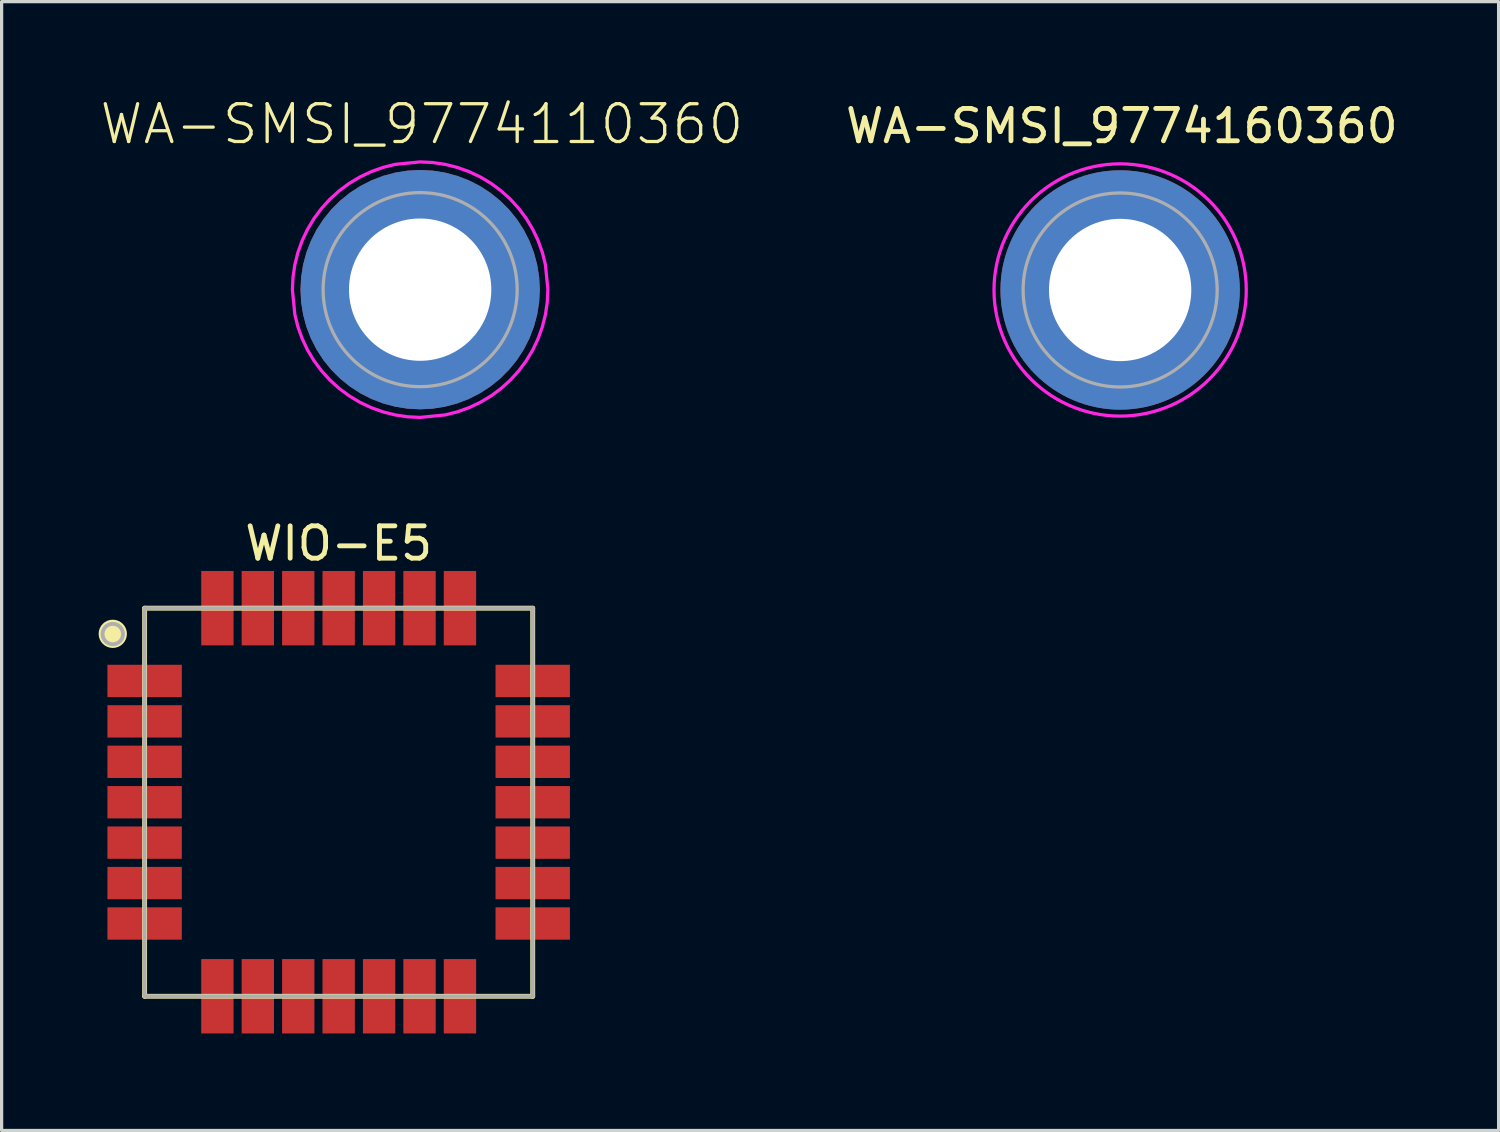
<source format=kicad_pcb>
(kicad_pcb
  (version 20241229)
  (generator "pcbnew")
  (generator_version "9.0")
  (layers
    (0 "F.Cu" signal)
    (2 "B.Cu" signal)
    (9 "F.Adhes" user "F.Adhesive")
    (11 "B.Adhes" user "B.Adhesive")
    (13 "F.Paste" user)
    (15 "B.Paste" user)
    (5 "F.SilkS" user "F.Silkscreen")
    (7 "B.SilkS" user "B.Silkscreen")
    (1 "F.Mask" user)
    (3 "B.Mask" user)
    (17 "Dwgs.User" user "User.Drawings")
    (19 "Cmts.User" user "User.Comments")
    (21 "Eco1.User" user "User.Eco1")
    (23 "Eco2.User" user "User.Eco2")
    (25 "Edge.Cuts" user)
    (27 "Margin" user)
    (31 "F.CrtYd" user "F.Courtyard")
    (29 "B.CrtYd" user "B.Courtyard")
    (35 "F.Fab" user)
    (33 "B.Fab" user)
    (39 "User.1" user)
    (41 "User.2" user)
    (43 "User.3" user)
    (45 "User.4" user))
  (footprint "WA-SMSI_9774110360"
    (layer "F.Cu")
    (at 9.941 5.906)
    (property "Reference" "WA-SMSI_9774110360" (at 0.053 -4.433 0) (layer "F.SilkS") (effects (font (size 1.168 1.168) (thickness 0.102)) (justify bottom)))
    (attr through_hole)
    (fp_poly (pts (xy -2.185 0.474) (xy -2.16 0.579) (xy -2.125 0.698) (xy -2.095 0.778) (xy -2.065 0.858) (xy -2.02 0.958) (xy -1.971 1.058) (xy -1.916 1.152) (xy -1.856 1.247) (xy -1.811 1.312) (xy -1.746 1.397) (xy -1.691 1.462) (xy -1.601 1.561) (xy -1.517 1.641) (xy -1.462 1.691) (xy -1.402 1.741) (xy -1.317 1.806) (xy -1.232 1.866) (xy -1.127 1.931) (xy -1.048 1.976) (xy -0.948 2.025) (xy -0.808 2.085) (xy -0.693 2.125) (xy -0.579 2.16) (xy -0.474 2.185) (xy -0.395 2.201) (xy -0.395 3.621) (xy -0.431 3.615) (xy -0.506 3.605) (xy -0.606 3.59) (xy -0.716 3.57) (xy -0.831 3.545) (xy -0.931 3.52) (xy -1.041 3.49) (xy -1.137 3.46) (xy -1.207 3.435) (xy -1.302 3.4) (xy -1.367 3.375) (xy -1.462 3.335) (xy -1.552 3.295) (xy -1.652 3.244) (xy -1.772 3.179) (xy -1.888 3.114) (xy -1.988 3.049) (xy -2.078 2.989) (xy -2.168 2.924) (xy -2.233 2.874) (xy -2.298 2.824) (xy -2.368 2.764) (xy -2.443 2.699) (xy -2.518 2.629) (xy -2.604 2.544) (xy -2.649 2.498) (xy -2.694 2.448) (xy -2.764 2.368) (xy -2.824 2.298) (xy -2.879 2.228) (xy -2.939 2.148) (xy -2.999 2.063) (xy -3.089 1.928) (xy -3.184 1.767) (xy -3.274 1.592) (xy -3.345 1.442) (xy -3.405 1.292) (xy -3.46 1.137) (xy -3.51 0.971) (xy -3.555 0.796) (xy -3.58 0.666) (xy -3.605 0.521) (xy -3.621 0.395) (xy -2.201 0.395)) (stroke (width 0) (type default)) (fill yes) (layer "F.Paste"))
    (fp_poly (pts (xy -0.395 -2.201) (xy -0.474 -2.185) (xy -0.579 -2.16) (xy -0.698 -2.125) (xy -0.778 -2.095) (xy -0.858 -2.065) (xy -0.958 -2.02) (xy -1.058 -1.971) (xy -1.152 -1.916) (xy -1.247 -1.856) (xy -1.312 -1.811) (xy -1.397 -1.746) (xy -1.462 -1.691) (xy -1.561 -1.601) (xy -1.641 -1.517) (xy -1.691 -1.462) (xy -1.741 -1.402) (xy -1.806 -1.317) (xy -1.866 -1.232) (xy -1.931 -1.127) (xy -1.976 -1.048) (xy -2.025 -0.948) (xy -2.085 -0.808) (xy -2.125 -0.693) (xy -2.16 -0.579) (xy -2.185 -0.474) (xy -2.201 -0.395) (xy -3.621 -0.395) (xy -3.615 -0.431) (xy -3.605 -0.506) (xy -3.59 -0.606) (xy -3.57 -0.716) (xy -3.545 -0.831) (xy -3.52 -0.931) (xy -3.49 -1.041) (xy -3.46 -1.137) (xy -3.435 -1.207) (xy -3.4 -1.302) (xy -3.375 -1.367) (xy -3.335 -1.462) (xy -3.295 -1.552) (xy -3.244 -1.652) (xy -3.179 -1.772) (xy -3.114 -1.888) (xy -3.049 -1.988) (xy -2.989 -2.078) (xy -2.924 -2.168) (xy -2.874 -2.233) (xy -2.824 -2.298) (xy -2.764 -2.368) (xy -2.699 -2.443) (xy -2.629 -2.518) (xy -2.544 -2.604) (xy -2.498 -2.649) (xy -2.448 -2.694) (xy -2.368 -2.764) (xy -2.298 -2.824) (xy -2.228 -2.879) (xy -2.148 -2.939) (xy -2.063 -2.999) (xy -1.928 -3.089) (xy -1.767 -3.184) (xy -1.592 -3.274) (xy -1.442 -3.345) (xy -1.292 -3.405) (xy -1.137 -3.46) (xy -0.971 -3.51) (xy -0.796 -3.555) (xy -0.666 -3.58) (xy -0.521 -3.605) (xy -0.395 -3.621)) (stroke (width 0) (type default)) (fill yes) (layer "F.Paste"))
    (fp_poly (pts (xy 0.431 -3.615) (xy 0.506 -3.605) (xy 0.606 -3.59) (xy 0.716 -3.57) (xy 0.831 -3.545) (xy 0.931 -3.52) (xy 1.041 -3.49) (xy 1.137 -3.46) (xy 1.207 -3.435) (xy 1.302 -3.4) (xy 1.367 -3.375) (xy 1.462 -3.335) (xy 1.552 -3.295) (xy 1.652 -3.244) (xy 1.772 -3.179) (xy 1.888 -3.114) (xy 1.988 -3.049) (xy 2.078 -2.989) (xy 2.168 -2.924) (xy 2.233 -2.874) (xy 2.298 -2.824) (xy 2.368 -2.764) (xy 2.443 -2.699) (xy 2.518 -2.629) (xy 2.604 -2.544) (xy 2.649 -2.498) (xy 2.694 -2.448) (xy 2.764 -2.368) (xy 2.824 -2.298) (xy 2.879 -2.228) (xy 2.939 -2.148) (xy 2.999 -2.063) (xy 3.089 -1.928) (xy 3.184 -1.767) (xy 3.274 -1.592) (xy 3.345 -1.442) (xy 3.405 -1.292) (xy 3.46 -1.137) (xy 3.51 -0.971) (xy 3.555 -0.796) (xy 3.58 -0.666) (xy 3.605 -0.521) (xy 3.621 -0.395) (xy 2.201 -0.395) (xy 2.185 -0.474) (xy 2.16 -0.579) (xy 2.125 -0.698) (xy 2.095 -0.778) (xy 2.065 -0.858) (xy 2.02 -0.958) (xy 1.971 -1.058) (xy 1.916 -1.152) (xy 1.856 -1.247) (xy 1.811 -1.312) (xy 1.746 -1.397) (xy 1.691 -1.462) (xy 1.601 -1.561) (xy 1.517 -1.641) (xy 1.462 -1.691) (xy 1.402 -1.741) (xy 1.317 -1.806) (xy 1.232 -1.866) (xy 1.127 -1.931) (xy 1.048 -1.976) (xy 0.948 -2.025) (xy 0.808 -2.085) (xy 0.693 -2.125) (xy 0.579 -2.16) (xy 0.474 -2.185) (xy 0.395 -2.201) (xy 0.395 -3.621)) (stroke (width 0) (type default)) (fill yes) (layer "F.Paste"))
    (fp_poly (pts (xy 3.615 0.431) (xy 3.605 0.506) (xy 3.59 0.606) (xy 3.57 0.716) (xy 3.545 0.831) (xy 3.52 0.931) (xy 3.49 1.041) (xy 3.46 1.137) (xy 3.435 1.207) (xy 3.4 1.302) (xy 3.375 1.367) (xy 3.335 1.462) (xy 3.295 1.552) (xy 3.244 1.652) (xy 3.179 1.772) (xy 3.114 1.888) (xy 3.049 1.988) (xy 2.989 2.078) (xy 2.924 2.168) (xy 2.874 2.233) (xy 2.824 2.298) (xy 2.764 2.368) (xy 2.699 2.443) (xy 2.629 2.518) (xy 2.544 2.604) (xy 2.498 2.649) (xy 2.448 2.694) (xy 2.368 2.764) (xy 2.298 2.824) (xy 2.228 2.879) (xy 2.148 2.939) (xy 2.063 2.999) (xy 1.928 3.089) (xy 1.767 3.184) (xy 1.592 3.274) (xy 1.442 3.345) (xy 1.292 3.405) (xy 1.137 3.46) (xy 0.971 3.51) (xy 0.796 3.555) (xy 0.666 3.58) (xy 0.521 3.605) (xy 0.395 3.621) (xy 0.395 2.201) (xy 0.474 2.185) (xy 0.579 2.16) (xy 0.698 2.125) (xy 0.778 2.095) (xy 0.858 2.065) (xy 0.958 2.02) (xy 1.058 1.971) (xy 1.152 1.916) (xy 1.247 1.856) (xy 1.312 1.811) (xy 1.397 1.746) (xy 1.462 1.691) (xy 1.561 1.601) (xy 1.641 1.517) (xy 1.691 1.462) (xy 1.741 1.402) (xy 1.806 1.317) (xy 1.866 1.232) (xy 1.931 1.127) (xy 1.976 1.048) (xy 2.025 0.948) (xy 2.085 0.808) (xy 2.125 0.693) (xy 2.16 0.579) (xy 2.185 0.474) (xy 2.201 0.395) (xy 3.621 0.395)) (stroke (width 0) (type default)) (fill yes) (layer "F.Paste"))
    (fp_poly (pts (xy 0.387 -3.931) (xy 0.771 -3.874) (xy 1.147 -3.78) (xy 1.512 -3.649) (xy 1.862 -3.484) (xy 2.195 -3.284) (xy 2.506 -3.053) (xy 2.793 -2.793) (xy 3.053 -2.506) (xy 3.284 -2.195) (xy 3.484 -1.862) (xy 3.649 -1.512) (xy 3.78 -1.147) (xy 3.874 -0.769) (xy 3.95 -0.001) (xy 3.931 0.387) (xy 3.874 0.771) (xy 3.78 1.147) (xy 3.649 1.512) (xy 3.484 1.862) (xy 3.284 2.195) (xy 3.053 2.506) (xy 2.793 2.793) (xy 2.506 3.053) (xy 2.195 3.284) (xy 1.862 3.484) (xy 1.512 3.649) (xy 1.147 3.78) (xy 0.769 3.874) (xy 0.001 3.95) (xy -0.387 3.931) (xy -0.771 3.874) (xy -1.147 3.78) (xy -1.512 3.649) (xy -1.862 3.484) (xy -2.195 3.284) (xy -2.506 3.053) (xy -2.793 2.793) (xy -3.053 2.506) (xy -3.284 2.195) (xy -3.484 1.862) (xy -3.649 1.512) (xy -3.78 1.147) (xy -3.874 0.769) (xy -3.95 0.001) (xy -3.931 -0.387) (xy -3.874 -0.771) (xy -3.78 -1.147) (xy -3.649 -1.512) (xy -3.484 -1.862) (xy -3.284 -2.195) (xy -3.053 -2.506) (xy -2.793 -2.793) (xy -2.506 -3.053) (xy -2.195 -3.284) (xy -1.862 -3.484) (xy -1.512 -3.649) (xy -1.147 -3.78) (xy -0.769 -3.874) (xy -0.001 -3.95)) (stroke (width 0.1) (type default)) (fill no) (layer "F.CrtYd"))
    (fp_circle (center 0 0) (end 3 0) (stroke (width 0.1) (type solid)) (fill no) (layer "F.Fab"))
    (pad "1" thru_hole roundrect (at 0 0) (size 7.4 7.4) (drill 4.4) (layers "*.Cu" "*.Mask") (roundrect_rratio 0.5)))
  (footprint "WIO-E5"
    (layer "F.Cu")
    (at 7.422 21.755)
    (property "Reference" "WIO-E5" (at 0 -8.001 0) (layer "F.SilkS") (effects (font (size 1 1) (thickness 0.15))))
    (attr smd)
    (fp_line (start -6 -6) (end 6 -6) (stroke (width 0.15) (type solid)) (layer "F.SilkS"))
    (fp_line (start -6 6) (end -6 -6) (stroke (width 0.15) (type solid)) (layer "F.SilkS"))
    (fp_line (start 6 -6) (end 6 6) (stroke (width 0.15) (type solid)) (layer "F.SilkS"))
    (fp_line (start 6 6) (end -6 6) (stroke (width 0.15) (type solid)) (layer "F.SilkS"))
    (fp_circle (center -6.985 -5.207) (end -6.623 -5.207) (stroke (width 0.15) (type solid)) (fill yes) (layer "F.SilkS"))
    (fp_line (start -6 -6) (end 6 -6) (stroke (width 0.12) (type solid)) (layer "F.Fab"))
    (fp_line (start -6 6) (end -6 -6) (stroke (width 0.12) (type solid)) (layer "F.Fab"))
    (fp_line (start 6 -6) (end 6 6) (stroke (width 0.12) (type solid)) (layer "F.Fab"))
    (fp_line (start 6 6) (end -6 6) (stroke (width 0.12) (type solid)) (layer "F.Fab"))
    (fp_circle (center -6.985 -5.2) (end -6.669 -5.2) (stroke (width 0.12) (type solid)) (fill no) (layer "F.Fab"))
    (pad "1" smd rect (at -6 -3.75 90) (size 1 2.3) (layers "F.Cu" "F.Mask" "F.Paste"))
    (pad "2" smd rect (at -6 -2.5 90) (size 1 2.3) (layers "F.Cu" "F.Mask" "F.Paste"))
    (pad "3" smd rect (at -6 -1.25 90) (size 1 2.3) (layers "F.Cu" "F.Mask" "F.Paste"))
    (pad "4" smd rect (at -6 0 90) (size 1 2.3) (layers "F.Cu" "F.Mask" "F.Paste"))
    (pad "5" smd rect (at -6 1.25 90) (size 1 2.3) (layers "F.Cu" "F.Mask" "F.Paste"))
    (pad "6" smd rect (at -6 2.5 90) (size 1 2.3) (layers "F.Cu" "F.Mask" "F.Paste"))
    (pad "7" smd rect (at -6 3.75 90) (size 1 2.3) (layers "F.Cu" "F.Mask" "F.Paste"))
    (pad "8" smd rect (at -3.75 6 180) (size 1 2.3) (layers "F.Cu" "F.Mask" "F.Paste"))
    (pad "9" smd rect (at -2.5 6 180) (size 1 2.3) (layers "F.Cu" "F.Mask" "F.Paste"))
    (pad "10" smd rect (at -1.25 6 180) (size 1 2.3) (layers "F.Cu" "F.Mask" "F.Paste"))
    (pad "11" smd rect (at 0 6 180) (size 1 2.3) (layers "F.Cu" "F.Mask" "F.Paste"))
    (pad "12" smd rect (at 1.25 6 180) (size 1 2.3) (layers "F.Cu" "F.Mask" "F.Paste"))
    (pad "13" smd rect (at 2.5 6 180) (size 1 2.3) (layers "F.Cu" "F.Mask" "F.Paste"))
    (pad "14" smd rect (at 3.75 6 180) (size 1 2.3) (layers "F.Cu" "F.Mask" "F.Paste"))
    (pad "15" smd rect (at 6 3.75 270) (size 1 2.3) (layers "F.Cu" "F.Mask" "F.Paste"))
    (pad "16" smd rect (at 6 2.5 270) (size 1 2.3) (layers "F.Cu" "F.Mask" "F.Paste"))
    (pad "17" smd rect (at 6 1.25 270) (size 1 2.3) (layers "F.Cu" "F.Mask" "F.Paste"))
    (pad "18" smd rect (at 6 0 270) (size 1 2.3) (layers "F.Cu" "F.Mask" "F.Paste"))
    (pad "19" smd rect (at 6 -1.25 270) (size 1 2.3) (layers "F.Cu" "F.Mask" "F.Paste"))
    (pad "20" smd rect (at 6 -2.5 270) (size 1 2.3) (layers "F.Cu" "F.Mask" "F.Paste"))
    (pad "21" smd rect (at 6 -3.75 270) (size 1 2.3) (layers "F.Cu" "F.Mask" "F.Paste"))
    (pad "22" smd rect (at 3.75 -6) (size 1 2.3) (layers "F.Cu" "F.Mask" "F.Paste"))
    (pad "23" smd rect (at 2.5 -6) (size 1 2.3) (layers "F.Cu" "F.Mask" "F.Paste"))
    (pad "24" smd rect (at 1.25 -6) (size 1 2.3) (layers "F.Cu" "F.Mask" "F.Paste"))
    (pad "25" smd rect (at 0 -6) (size 1 2.3) (layers "F.Cu" "F.Mask" "F.Paste"))
    (pad "26" smd rect (at -1.25 -6) (size 1 2.3) (layers "F.Cu" "F.Mask" "F.Paste"))
    (pad "27" smd rect (at -2.5 -6) (size 1 2.3) (layers "F.Cu" "F.Mask" "F.Paste"))
    (pad "28" smd rect (at -3.75 -6) (size 1 2.3) (layers "F.Cu" "F.Mask" "F.Paste")))
  (footprint "WA-SMSI_9774160360"
    (layer "F.Cu")
    (at 31.585 5.916)
    (property "Reference" "WA-SMSI_9774160360" (at 0.053 -5.068 0) (layer "F.SilkS") (effects (font (size 1 1) (thickness 0.15))))
    (attr through_hole)
    (fp_poly (pts (xy -3.615 0.4) (xy -2.205 0.4) (xy -2.19 0.475) (xy -2.165 0.58) (xy -2.13 0.7) (xy -2.1 0.78) (xy -2.07 0.86) (xy -2.025 0.96) (xy -1.975 1.06) (xy -1.92 1.155) (xy -1.86 1.25) (xy -1.815 1.315) (xy -1.75 1.4) (xy -1.695 1.465) (xy -1.605 1.565) (xy -1.52 1.645) (xy -1.465 1.695) (xy -1.405 1.745) (xy -1.32 1.81) (xy -1.235 1.87) (xy -1.13 1.935) (xy -1.05 1.98) (xy -0.95 2.03) (xy -0.81 2.09) (xy -0.695 2.13) (xy -0.58 2.165) (xy -0.475 2.19) (xy -0.4 2.205) (xy -0.4 3.615) (xy -0.43 3.61) (xy -0.505 3.6) (xy -0.605 3.585) (xy -0.715 3.565) (xy -0.83 3.54) (xy -0.93 3.515) (xy -1.04 3.485) (xy -1.135 3.455) (xy -1.205 3.43) (xy -1.3 3.395) (xy -1.365 3.37) (xy -1.46 3.33) (xy -1.55 3.29) (xy -1.65 3.24) (xy -1.77 3.175) (xy -1.885 3.11) (xy -1.985 3.045) (xy -2.075 2.985) (xy -2.165 2.92) (xy -2.23 2.87) (xy -2.295 2.82) (xy -2.365 2.76) (xy -2.44 2.695) (xy -2.515 2.625) (xy -2.6 2.54) (xy -2.645 2.495) (xy -2.69 2.445) (xy -2.76 2.365) (xy -2.82 2.295) (xy -2.875 2.225) (xy -2.935 2.145) (xy -2.995 2.06) (xy -3.085 1.925) (xy -3.18 1.765) (xy -3.27 1.59) (xy -3.34 1.44) (xy -3.4 1.29) (xy -3.455 1.135) (xy -3.505 0.97) (xy -3.55 0.795) (xy -3.575 0.665) (xy -3.6 0.52)) (stroke (width 0.01) (type solid)) (fill yes) (layer "F.Paste"))
    (fp_poly (pts (xy -0.4 -3.615) (xy -0.4 -2.205) (xy -0.475 -2.19) (xy -0.58 -2.165) (xy -0.7 -2.13) (xy -0.78 -2.1) (xy -0.86 -2.07) (xy -0.96 -2.025) (xy -1.06 -1.975) (xy -1.155 -1.92) (xy -1.25 -1.86) (xy -1.315 -1.815) (xy -1.4 -1.75) (xy -1.465 -1.695) (xy -1.565 -1.605) (xy -1.645 -1.52) (xy -1.695 -1.465) (xy -1.745 -1.405) (xy -1.81 -1.32) (xy -1.87 -1.235) (xy -1.935 -1.13) (xy -1.98 -1.05) (xy -2.03 -0.95) (xy -2.09 -0.81) (xy -2.13 -0.695) (xy -2.165 -0.58) (xy -2.19 -0.475) (xy -2.205 -0.4) (xy -3.615 -0.4) (xy -3.61 -0.43) (xy -3.6 -0.505) (xy -3.585 -0.605) (xy -3.565 -0.715) (xy -3.54 -0.83) (xy -3.515 -0.93) (xy -3.485 -1.04) (xy -3.455 -1.135) (xy -3.43 -1.205) (xy -3.395 -1.3) (xy -3.37 -1.365) (xy -3.33 -1.46) (xy -3.29 -1.55) (xy -3.24 -1.65) (xy -3.175 -1.77) (xy -3.11 -1.885) (xy -3.045 -1.985) (xy -2.985 -2.075) (xy -2.92 -2.165) (xy -2.87 -2.23) (xy -2.82 -2.295) (xy -2.76 -2.365) (xy -2.695 -2.44) (xy -2.625 -2.515) (xy -2.54 -2.6) (xy -2.495 -2.645) (xy -2.445 -2.69) (xy -2.365 -2.76) (xy -2.295 -2.82) (xy -2.225 -2.875) (xy -2.145 -2.935) (xy -2.06 -2.995) (xy -1.925 -3.085) (xy -1.765 -3.18) (xy -1.59 -3.27) (xy -1.44 -3.34) (xy -1.29 -3.4) (xy -1.135 -3.455) (xy -0.97 -3.505) (xy -0.795 -3.55) (xy -0.665 -3.575) (xy -0.52 -3.6)) (stroke (width 0.01) (type solid)) (fill yes) (layer "F.Paste"))
    (fp_poly (pts (xy 0.4 3.615) (xy 0.4 2.205) (xy 0.475 2.19) (xy 0.58 2.165) (xy 0.7 2.13) (xy 0.78 2.1) (xy 0.86 2.07) (xy 0.96 2.025) (xy 1.06 1.975) (xy 1.155 1.92) (xy 1.25 1.86) (xy 1.315 1.815) (xy 1.4 1.75) (xy 1.465 1.695) (xy 1.565 1.605) (xy 1.645 1.52) (xy 1.695 1.465) (xy 1.745 1.405) (xy 1.81 1.32) (xy 1.87 1.235) (xy 1.935 1.13) (xy 1.98 1.05) (xy 2.03 0.95) (xy 2.09 0.81) (xy 2.13 0.695) (xy 2.165 0.58) (xy 2.19 0.475) (xy 2.205 0.4) (xy 3.615 0.4) (xy 3.61 0.43) (xy 3.6 0.505) (xy 3.585 0.605) (xy 3.565 0.715) (xy 3.54 0.83) (xy 3.515 0.93) (xy 3.485 1.04) (xy 3.455 1.135) (xy 3.43 1.205) (xy 3.395 1.3) (xy 3.37 1.365) (xy 3.33 1.46) (xy 3.29 1.55) (xy 3.24 1.65) (xy 3.175 1.77) (xy 3.11 1.885) (xy 3.045 1.985) (xy 2.985 2.075) (xy 2.92 2.165) (xy 2.87 2.23) (xy 2.82 2.295) (xy 2.76 2.365) (xy 2.695 2.44) (xy 2.625 2.515) (xy 2.54 2.6) (xy 2.495 2.645) (xy 2.445 2.69) (xy 2.365 2.76) (xy 2.295 2.82) (xy 2.225 2.875) (xy 2.145 2.935) (xy 2.06 2.995) (xy 1.925 3.085) (xy 1.765 3.18) (xy 1.59 3.27) (xy 1.44 3.34) (xy 1.29 3.4) (xy 1.135 3.455) (xy 0.97 3.505) (xy 0.795 3.55) (xy 0.665 3.575) (xy 0.52 3.6)) (stroke (width 0.01) (type solid)) (fill yes) (layer "F.Paste"))
    (fp_poly (pts (xy 3.615 -0.4) (xy 2.205 -0.4) (xy 2.19 -0.475) (xy 2.165 -0.58) (xy 2.13 -0.7) (xy 2.1 -0.78) (xy 2.07 -0.86) (xy 2.025 -0.96) (xy 1.975 -1.06) (xy 1.92 -1.155) (xy 1.86 -1.25) (xy 1.815 -1.315) (xy 1.75 -1.4) (xy 1.695 -1.465) (xy 1.605 -1.565) (xy 1.52 -1.645) (xy 1.465 -1.695) (xy 1.405 -1.745) (xy 1.32 -1.81) (xy 1.235 -1.87) (xy 1.13 -1.935) (xy 1.05 -1.98) (xy 0.95 -2.03) (xy 0.81 -2.09) (xy 0.695 -2.13) (xy 0.58 -2.165) (xy 0.475 -2.19) (xy 0.4 -2.205) (xy 0.4 -3.615) (xy 0.43 -3.61) (xy 0.505 -3.6) (xy 0.605 -3.585) (xy 0.715 -3.565) (xy 0.83 -3.54) (xy 0.93 -3.515) (xy 1.04 -3.485) (xy 1.135 -3.455) (xy 1.205 -3.43) (xy 1.3 -3.395) (xy 1.365 -3.37) (xy 1.46 -3.33) (xy 1.55 -3.29) (xy 1.65 -3.24) (xy 1.77 -3.175) (xy 1.885 -3.11) (xy 1.985 -3.045) (xy 2.075 -2.985) (xy 2.165 -2.92) (xy 2.23 -2.87) (xy 2.295 -2.82) (xy 2.365 -2.76) (xy 2.44 -2.695) (xy 2.515 -2.625) (xy 2.6 -2.54) (xy 2.645 -2.495) (xy 2.69 -2.445) (xy 2.76 -2.365) (xy 2.82 -2.295) (xy 2.875 -2.225) (xy 2.935 -2.145) (xy 2.995 -2.06) (xy 3.085 -1.925) (xy 3.18 -1.765) (xy 3.27 -1.59) (xy 3.34 -1.44) (xy 3.4 -1.29) (xy 3.455 -1.135) (xy 3.505 -0.97) (xy 3.55 -0.795) (xy 3.575 -0.665) (xy 3.6 -0.52)) (stroke (width 0.01) (type solid)) (fill yes) (layer "F.Paste"))
    (fp_poly (pts (xy 0 -3.9) (xy 0.204 -3.895) (xy 0.408 -3.879) (xy 0.61 -3.852) (xy 0.811 -3.815) (xy 1.009 -3.767) (xy 1.205 -3.709) (xy 1.398 -3.641) (xy 1.586 -3.563) (xy 1.771 -3.475) (xy 1.95 -3.377) (xy 2.124 -3.271) (xy 2.292 -3.155) (xy 2.454 -3.031) (xy 2.61 -2.898) (xy 2.758 -2.758) (xy 2.898 -2.61) (xy 3.031 -2.454) (xy 3.155 -2.292) (xy 3.271 -2.124) (xy 3.377 -1.95) (xy 3.475 -1.771) (xy 3.563 -1.586) (xy 3.641 -1.398) (xy 3.709 -1.205) (xy 3.767 -1.009) (xy 3.815 -0.811) (xy 3.852 -0.61) (xy 3.879 -0.408) (xy 3.895 -0.204) (xy 3.9 0) (xy 3.895 0.204) (xy 3.879 0.408) (xy 3.852 0.61) (xy 3.815 0.811) (xy 3.767 1.009) (xy 3.709 1.205) (xy 3.641 1.398) (xy 3.563 1.586) (xy 3.475 1.771) (xy 3.377 1.95) (xy 3.271 2.124) (xy 3.155 2.292) (xy 3.031 2.454) (xy 2.898 2.61) (xy 2.758 2.758) (xy 2.61 2.898) (xy 2.454 3.031) (xy 2.292 3.155) (xy 2.124 3.271) (xy 1.95 3.377) (xy 1.771 3.475) (xy 1.586 3.563) (xy 1.398 3.641) (xy 1.205 3.709) (xy 1.009 3.767) (xy 0.811 3.815) (xy 0.61 3.852) (xy 0.408 3.879) (xy 0.204 3.895) (xy 0 3.9) (xy -0.204 3.895) (xy -0.408 3.879) (xy -0.61 3.852) (xy -0.811 3.815) (xy -1.009 3.767) (xy -1.205 3.709) (xy -1.398 3.641) (xy -1.586 3.563) (xy -1.771 3.475) (xy -1.95 3.377) (xy -2.124 3.271) (xy -2.292 3.155) (xy -2.454 3.031) (xy -2.61 2.898) (xy -2.758 2.758) (xy -2.898 2.61) (xy -3.031 2.454) (xy -3.155 2.292) (xy -3.271 2.124) (xy -3.377 1.95) (xy -3.475 1.771) (xy -3.563 1.586) (xy -3.641 1.398) (xy -3.709 1.205) (xy -3.767 1.009) (xy -3.815 0.811) (xy -3.852 0.61) (xy -3.879 0.408) (xy -3.895 0.204) (xy -3.9 0) (xy -3.895 -0.204) (xy -3.879 -0.408) (xy -3.852 -0.61) (xy -3.815 -0.811) (xy -3.767 -1.009) (xy -3.709 -1.205) (xy -3.641 -1.398) (xy -3.563 -1.586) (xy -3.475 -1.771) (xy -3.377 -1.95) (xy -3.271 -2.124) (xy -3.155 -2.292) (xy -3.031 -2.454) (xy -2.898 -2.61) (xy -2.758 -2.758) (xy -2.61 -2.898) (xy -2.454 -3.031) (xy -2.292 -3.155) (xy -2.124 -3.271) (xy -1.95 -3.377) (xy -1.771 -3.475) (xy -1.586 -3.563) (xy -1.398 -3.641) (xy -1.205 -3.709) (xy -1.009 -3.767) (xy -0.811 -3.815) (xy -0.61 -3.852) (xy -0.408 -3.879) (xy -0.204 -3.895) (xy 0 -3.9)) (stroke (width 0.1) (type solid)) (fill no) (layer "F.CrtYd"))
    (fp_circle (center 0 0) (end 3 0) (stroke (width 0.1) (type solid)) (fill no) (layer "F.Fab"))
    (pad "1" thru_hole circle (at 0 0) (size 7.4 7.4) (drill 4.4) (layers "*.Cu" "*.Mask")))
  (gr_rect
    (start -3 -3)
    (end 43.287 31.905)
    (stroke (width 0.1) (type default))
    (fill no)
    (layer "Edge.Cuts")))
</source>
